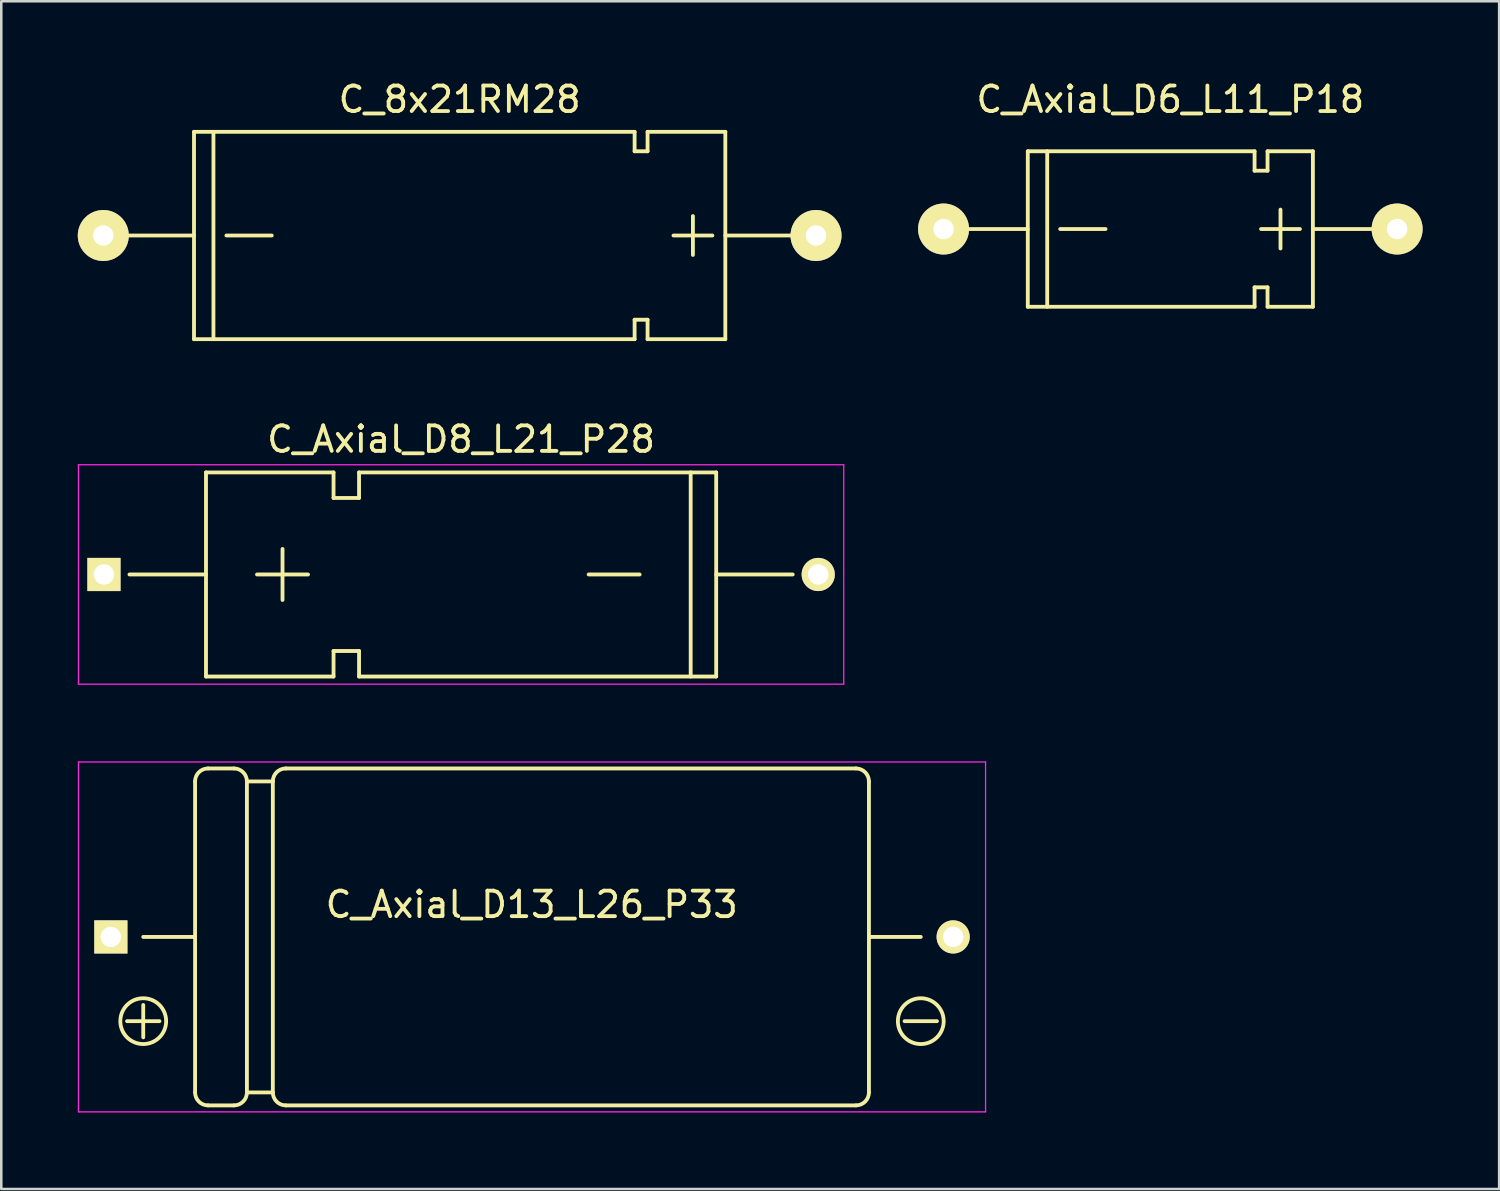
<source format=kicad_pcb>
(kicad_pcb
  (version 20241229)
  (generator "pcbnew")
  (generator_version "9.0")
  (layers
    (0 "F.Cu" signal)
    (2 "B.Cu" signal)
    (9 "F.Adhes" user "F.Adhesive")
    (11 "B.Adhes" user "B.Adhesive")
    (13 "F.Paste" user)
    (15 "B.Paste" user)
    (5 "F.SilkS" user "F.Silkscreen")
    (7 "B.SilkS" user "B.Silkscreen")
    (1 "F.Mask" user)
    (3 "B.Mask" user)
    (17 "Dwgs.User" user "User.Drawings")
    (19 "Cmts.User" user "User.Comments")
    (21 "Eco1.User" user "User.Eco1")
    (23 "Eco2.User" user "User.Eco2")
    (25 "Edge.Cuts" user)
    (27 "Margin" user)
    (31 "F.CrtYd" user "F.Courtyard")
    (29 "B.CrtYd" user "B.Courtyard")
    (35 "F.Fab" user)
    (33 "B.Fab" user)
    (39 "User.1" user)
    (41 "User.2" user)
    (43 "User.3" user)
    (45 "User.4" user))
  (footprint "C_Axial_D6_L11_P18"
    (layer "F.Cu")
    (at 42.828 5.928)
    (property "Reference" "C_Axial_D6_L11_P18" (at 0 -5.08 0) (layer "F.SilkS") (effects (font (size 1 1) (thickness 0.15))))
    (attr through_hole)
    (fp_line (start -5.588 -3.048) (end -5.588 3.048) (stroke (width 0.15) (type solid)) (layer "F.SilkS"))
    (fp_line (start -5.588 0) (end -8.89 0) (stroke (width 0.15) (type solid)) (layer "F.SilkS"))
    (fp_line (start -4.826 -3.048) (end -4.826 3.048) (stroke (width 0.15) (type solid)) (layer "F.SilkS"))
    (fp_line (start -4.318 0) (end -2.54 0) (stroke (width 0.15) (type solid)) (layer "F.SilkS"))
    (fp_line (start 3.302 -3.048) (end -5.588 -3.048) (stroke (width 0.15) (type solid)) (layer "F.SilkS"))
    (fp_line (start 3.302 -3.048) (end 3.302 -2.286) (stroke (width 0.15) (type solid)) (layer "F.SilkS"))
    (fp_line (start 3.302 -2.286) (end 3.81 -2.286) (stroke (width 0.15) (type solid)) (layer "F.SilkS"))
    (fp_line (start 3.302 2.286) (end 3.302 3.048) (stroke (width 0.15) (type solid)) (layer "F.SilkS"))
    (fp_line (start 3.302 3.048) (end -5.588 3.048) (stroke (width 0.15) (type solid)) (layer "F.SilkS"))
    (fp_line (start 3.81 -3.048) (end 5.588 -3.048) (stroke (width 0.15) (type solid)) (layer "F.SilkS"))
    (fp_line (start 3.81 -2.286) (end 3.81 -3.048) (stroke (width 0.15) (type solid)) (layer "F.SilkS"))
    (fp_line (start 3.81 2.286) (end 3.302 2.286) (stroke (width 0.15) (type solid)) (layer "F.SilkS"))
    (fp_line (start 3.81 3.048) (end 3.81 2.286) (stroke (width 0.15) (type solid)) (layer "F.SilkS"))
    (fp_line (start 4.318 0.762) (end 4.318 -0.762) (stroke (width 0.15) (type solid)) (layer "F.SilkS"))
    (fp_line (start 5.08 0) (end 3.556 0) (stroke (width 0.15) (type solid)) (layer "F.SilkS"))
    (fp_line (start 5.588 -3.048) (end 5.588 3.048) (stroke (width 0.15) (type solid)) (layer "F.SilkS"))
    (fp_line (start 5.588 3.048) (end 3.81 3.048) (stroke (width 0.15) (type solid)) (layer "F.SilkS"))
    (fp_line (start 8.89 0) (end 5.588 0) (stroke (width 0.15) (type solid)) (layer "F.SilkS"))
    (pad "1" thru_hole circle (at 8.89 0) (size 1.999 1.999) (drill 0.8) (layers "*.Cu" "*.Mask" "F.SilkS"))
    (pad "2" thru_hole circle (at -8.89 0) (size 1.999 1.999) (drill 0.8) (layers "*.Cu" "*.Mask" "F.SilkS")))
  (footprint "C_Axial_D13_L26_P33"
    (layer "F.Cu")
    (at 1.295 33.678)
    (property "Reference" "C_Axial_D13_L26_P33" (at 16.5 -1.27 0) (layer "F.SilkS") (effects (font (size 1 1) (thickness 0.15))))
    (attr through_hole)
    (fp_line (start 0.635 3.302) (end 1.905 3.302) (stroke (width 0.15) (type solid)) (layer "F.SilkS"))
    (fp_line (start 1.27 0) (end 3.302 0) (stroke (width 0.15) (type solid)) (layer "F.SilkS"))
    (fp_line (start 1.27 2.667) (end 1.27 3.937) (stroke (width 0.15) (type solid)) (layer "F.SilkS"))
    (fp_line (start 3.302 -6.096) (end 3.302 6.096) (stroke (width 0.15) (type solid)) (layer "F.SilkS"))
    (fp_line (start 3.81 -6.604) (end 4.826 -6.604) (stroke (width 0.15) (type solid)) (layer "F.SilkS"))
    (fp_line (start 4.826 6.604) (end 3.81 6.604) (stroke (width 0.15) (type solid)) (layer "F.SilkS"))
    (fp_line (start 5.334 -6.096) (end 5.334 6.096) (stroke (width 0.15) (type solid)) (layer "F.SilkS"))
    (fp_line (start 5.334 -6.096) (end 6.35 -6.096) (stroke (width 0.15) (type solid)) (layer "F.SilkS"))
    (fp_line (start 5.334 6.096) (end 6.35 6.096) (stroke (width 0.15) (type solid)) (layer "F.SilkS"))
    (fp_line (start 6.35 -6.096) (end 6.35 6.096) (stroke (width 0.15) (type solid)) (layer "F.SilkS"))
    (fp_line (start 6.858 -6.604) (end 29.21 -6.604) (stroke (width 0.15) (type solid)) (layer "F.SilkS"))
    (fp_line (start 29.21 6.604) (end 6.858 6.604) (stroke (width 0.15) (type solid)) (layer "F.SilkS"))
    (fp_line (start 29.718 -6.096) (end 29.718 6.096) (stroke (width 0.15) (type solid)) (layer "F.SilkS"))
    (fp_line (start 29.718 0) (end 31.75 0) (stroke (width 0.15) (type solid)) (layer "F.SilkS"))
    (fp_line (start 31.115 3.302) (end 32.385 3.302) (stroke (width 0.15) (type solid)) (layer "F.SilkS"))
    (fp_arc (start 3.302 -6.096) (mid 3.45079 -6.45521) (end 3.81 -6.604) (stroke (width 0.15) (type solid)) (layer "F.SilkS"))
    (fp_arc (start 3.81 6.604) (mid 3.45079 6.45521) (end 3.302 6.096) (stroke (width 0.15) (type solid)) (layer "F.SilkS"))
    (fp_arc (start 4.826 -6.604) (mid 5.18521 -6.45521) (end 5.334 -6.096) (stroke (width 0.15) (type solid)) (layer "F.SilkS"))
    (fp_arc (start 5.334 6.096) (mid 5.18521 6.45521) (end 4.826 6.604) (stroke (width 0.15) (type solid)) (layer "F.SilkS"))
    (fp_arc (start 6.35 -6.096) (mid 6.49879 -6.45521) (end 6.858 -6.604) (stroke (width 0.15) (type solid)) (layer "F.SilkS"))
    (fp_arc (start 6.858 6.604) (mid 6.49879 6.45521) (end 6.35 6.096) (stroke (width 0.15) (type solid)) (layer "F.SilkS"))
    (fp_arc (start 29.21 -6.604) (mid 29.56921 -6.45521) (end 29.718 -6.096) (stroke (width 0.15) (type solid)) (layer "F.SilkS"))
    (fp_arc (start 29.718 6.096) (mid 29.56921 6.45521) (end 29.21 6.604) (stroke (width 0.15) (type solid)) (layer "F.SilkS"))
    (fp_circle (center 1.27 3.302) (end 1.905 3.937) (stroke (width 0.15) (type solid)) (fill no) (layer "F.SilkS"))
    (fp_circle (center 31.75 3.302) (end 32.385 3.937) (stroke (width 0.15) (type solid)) (fill no) (layer "F.SilkS"))
    (fp_line (start -1.27 -6.858) (end 34.29 -6.858) (stroke (width 0.05) (type solid)) (layer "F.CrtYd"))
    (fp_line (start -1.27 6.858) (end -1.27 -6.858) (stroke (width 0.05) (type solid)) (layer "F.CrtYd"))
    (fp_line (start 34.29 -6.858) (end 34.29 6.858) (stroke (width 0.05) (type solid)) (layer "F.CrtYd"))
    (fp_line (start 34.29 6.858) (end -1.27 6.858) (stroke (width 0.05) (type solid)) (layer "F.CrtYd"))
    (pad "1" thru_hole rect (at 0 0) (size 1.3 1.3) (drill 0.8) (layers "*.Cu" "*.Mask" "F.SilkS"))
    (pad "2" thru_hole circle (at 33.02 0) (size 1.3 1.3) (drill 0.8) (layers "*.Cu" "*.Mask" "F.SilkS")))
  (footprint "C_Axial_D8_L21_P28"
    (layer "F.Cu")
    (at 1.025 19.47)
    (property "Reference" "C_Axial_D8_L21_P28" (at 14 -5.3 0) (layer "F.SilkS") (effects (font (size 1 1) (thickness 0.15))))
    (attr through_hole)
    (fp_line (start 4 0) (end 1 0) (stroke (width 0.15) (type solid)) (layer "F.SilkS"))
    (fp_line (start 4 4) (end 4 -4) (stroke (width 0.15) (type solid)) (layer "F.SilkS"))
    (fp_line (start 6 0) (end 8 0) (stroke (width 0.15) (type solid)) (layer "F.SilkS"))
    (fp_line (start 7 1) (end 7 -1) (stroke (width 0.15) (type solid)) (layer "F.SilkS"))
    (fp_line (start 9 -4) (end 4 -4) (stroke (width 0.15) (type solid)) (layer "F.SilkS"))
    (fp_line (start 9 -4) (end 9 -3) (stroke (width 0.15) (type solid)) (layer "F.SilkS"))
    (fp_line (start 9 -3) (end 10 -3) (stroke (width 0.15) (type solid)) (layer "F.SilkS"))
    (fp_line (start 9 3) (end 9 4) (stroke (width 0.15) (type solid)) (layer "F.SilkS"))
    (fp_line (start 9 4) (end 4 4) (stroke (width 0.15) (type solid)) (layer "F.SilkS"))
    (fp_line (start 10 -3) (end 10 -4) (stroke (width 0.15) (type solid)) (layer "F.SilkS"))
    (fp_line (start 10 3) (end 9 3) (stroke (width 0.15) (type solid)) (layer "F.SilkS"))
    (fp_line (start 10 4) (end 10 3) (stroke (width 0.15) (type solid)) (layer "F.SilkS"))
    (fp_line (start 10 4) (end 24 4) (stroke (width 0.15) (type solid)) (layer "F.SilkS"))
    (fp_line (start 19 0) (end 21 0) (stroke (width 0.15) (type solid)) (layer "F.SilkS"))
    (fp_line (start 23 -4) (end 23 4) (stroke (width 0.15) (type solid)) (layer "F.SilkS"))
    (fp_line (start 24 -4) (end 10 -4) (stroke (width 0.15) (type solid)) (layer "F.SilkS"))
    (fp_line (start 24 4) (end 24 -4) (stroke (width 0.15) (type solid)) (layer "F.SilkS"))
    (fp_line (start 27 0) (end 24 0) (stroke (width 0.15) (type solid)) (layer "F.SilkS"))
    (fp_line (start -1 -4.3) (end 29 -4.3) (stroke (width 0.05) (type solid)) (layer "F.CrtYd"))
    (fp_line (start -1 4.3) (end -1 -4.3) (stroke (width 0.05) (type solid)) (layer "F.CrtYd"))
    (fp_line (start 29 -4.3) (end 29 4.3) (stroke (width 0.05) (type solid)) (layer "F.CrtYd"))
    (fp_line (start 29 4.3) (end -1 4.3) (stroke (width 0.05) (type solid)) (layer "F.CrtYd"))
    (pad "1" thru_hole rect (at 0 0) (size 1.3 1.3) (drill 0.8) (layers "*.Cu" "*.Mask" "F.SilkS"))
    (pad "2" thru_hole circle (at 28 0) (size 1.3 1.3) (drill 0.8) (layers "*.Cu" "*.Mask" "F.SilkS")))
  (footprint "C_8x21RM28"
    (layer "F.Cu")
    (at 14.969 6.182)
    (property "Reference" "C_8x21RM28" (at 0 -5.334 0) (layer "F.SilkS") (effects (font (size 1 1) (thickness 0.15))))
    (attr through_hole)
    (fp_line (start -10.414 0) (end -13.97 0) (stroke (width 0.15) (type solid)) (layer "F.SilkS"))
    (fp_line (start -10.414 4.064) (end -10.414 -4.064) (stroke (width 0.15) (type solid)) (layer "F.SilkS"))
    (fp_line (start -10.414 4.064) (end 6.858 4.064) (stroke (width 0.15) (type solid)) (layer "F.SilkS"))
    (fp_line (start -9.652 -4.064) (end -9.652 4.064) (stroke (width 0.15) (type solid)) (layer "F.SilkS"))
    (fp_line (start -9.144 0) (end -7.366 0) (stroke (width 0.15) (type solid)) (layer "F.SilkS"))
    (fp_line (start 6.858 -4.064) (end -10.414 -4.064) (stroke (width 0.15) (type solid)) (layer "F.SilkS"))
    (fp_line (start 6.858 -3.302) (end 6.858 -4.064) (stroke (width 0.15) (type solid)) (layer "F.SilkS"))
    (fp_line (start 6.858 3.302) (end 7.366 3.302) (stroke (width 0.15) (type solid)) (layer "F.SilkS"))
    (fp_line (start 6.858 4.064) (end 6.858 3.302) (stroke (width 0.15) (type solid)) (layer "F.SilkS"))
    (fp_line (start 7.366 -4.064) (end 7.366 -3.302) (stroke (width 0.15) (type solid)) (layer "F.SilkS"))
    (fp_line (start 7.366 -3.302) (end 6.858 -3.302) (stroke (width 0.15) (type solid)) (layer "F.SilkS"))
    (fp_line (start 7.366 3.302) (end 7.366 4.064) (stroke (width 0.15) (type solid)) (layer "F.SilkS"))
    (fp_line (start 7.366 4.064) (end 10.414 4.064) (stroke (width 0.15) (type solid)) (layer "F.SilkS"))
    (fp_line (start 9.144 0.762) (end 9.144 -0.762) (stroke (width 0.15) (type solid)) (layer "F.SilkS"))
    (fp_line (start 9.906 0) (end 8.382 0) (stroke (width 0.15) (type solid)) (layer "F.SilkS"))
    (fp_line (start 10.414 -4.064) (end 7.366 -4.064) (stroke (width 0.15) (type solid)) (layer "F.SilkS"))
    (fp_line (start 10.414 -4.064) (end 10.414 4.064) (stroke (width 0.15) (type solid)) (layer "F.SilkS"))
    (fp_line (start 10.414 0) (end 13.97 0) (stroke (width 0.15) (type solid)) (layer "F.SilkS"))
    (pad "1" thru_hole circle (at 13.97 0) (size 1.999 1.999) (drill 0.8) (layers "*.Cu" "*.Mask" "F.SilkS"))
    (pad "2" thru_hole circle (at -13.97 0) (size 1.999 1.999) (drill 0.8) (layers "*.Cu" "*.Mask" "F.SilkS")))
  (gr_rect
    (start -3 -3)
    (end 55.718 43.56)
    (stroke (width 0.1) (type default))
    (fill no)
    (layer "Edge.Cuts")))
</source>
